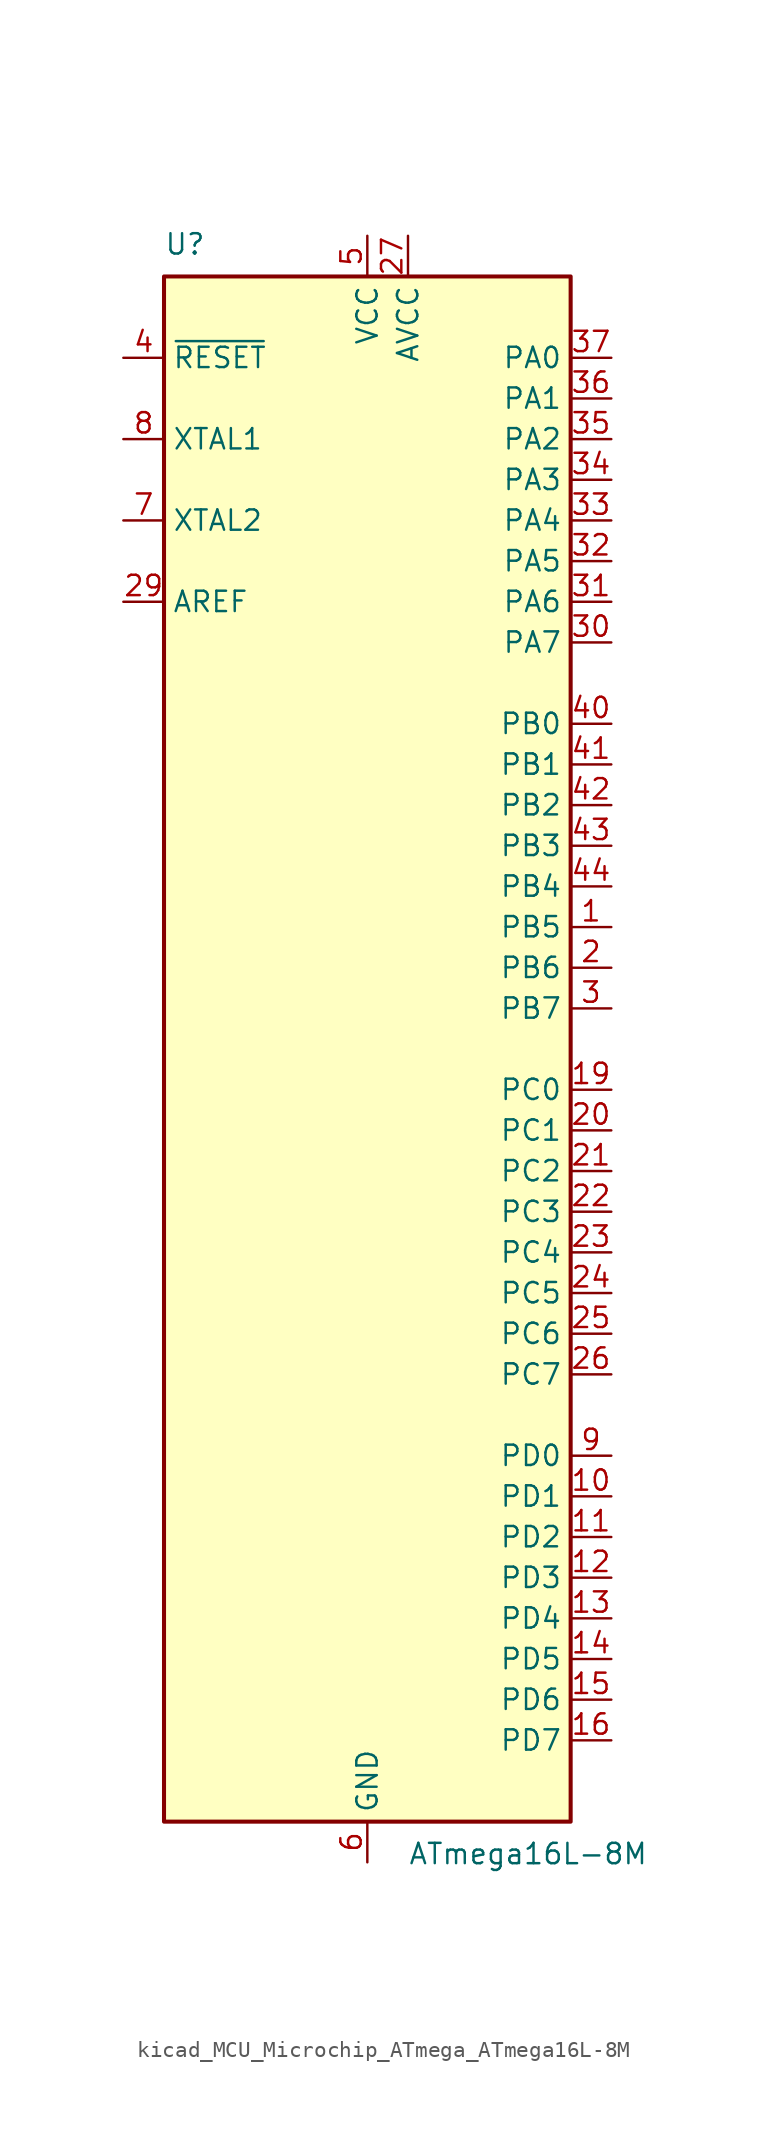
<source format=kicad_sym>
(kicad_symbol_lib
  (version 20220914)
  (generator kicad_symbol_editor)
  (symbol "kicad_MCU_Microchip_ATmega_ATmega16L-8M"
    (property "Reference" "U"
      (at -12.7 49.53 0)
      (effects (font (size 1.27 1.27)) (justify left bottom)))
    (property "Value" "ATmega16L-8M"
      (at 2.54 -49.53 0)
      (effects (font (size 1.27 1.27)) (justify left top)))
    (symbol "kicad_MCU_Microchip_ATmega_ATmega16L-8M_0_1"
      (rectangle (start -12.7 -48.26) (end 12.7 48.26) (stroke (width 0.254) (type default)) (fill (type background))))
    (symbol "kicad_MCU_Microchip_ATmega_ATmega16L-8M_1_1"
      (pin bidirectional line (at 15.24 7.62 180) (length 2.54) (name "PB5" (effects (font (size 1.27 1.27)))) (number "1" (effects (font (size 1.27 1.27)))))
      (pin bidirectional line (at 15.24 -27.94 180) (length 2.54) (name "PD1" (effects (font (size 1.27 1.27)))) (number "10" (effects (font (size 1.27 1.27)))))
      (pin bidirectional line (at 15.24 -30.48 180) (length 2.54) (name "PD2" (effects (font (size 1.27 1.27)))) (number "11" (effects (font (size 1.27 1.27)))))
      (pin bidirectional line (at 15.24 -33.02 180) (length 2.54) (name "PD3" (effects (font (size 1.27 1.27)))) (number "12" (effects (font (size 1.27 1.27)))))
      (pin bidirectional line (at 15.24 -35.56 180) (length 2.54) (name "PD4" (effects (font (size 1.27 1.27)))) (number "13" (effects (font (size 1.27 1.27)))))
      (pin bidirectional line (at 15.24 -38.1 180) (length 2.54) (name "PD5" (effects (font (size 1.27 1.27)))) (number "14" (effects (font (size 1.27 1.27)))))
      (pin bidirectional line (at 15.24 -40.64 180) (length 2.54) (name "PD6" (effects (font (size 1.27 1.27)))) (number "15" (effects (font (size 1.27 1.27)))))
      (pin bidirectional line (at 15.24 -43.18 180) (length 2.54) (name "PD7" (effects (font (size 1.27 1.27)))) (number "16" (effects (font (size 1.27 1.27)))))
      (pin passive line (at 0 50.8 270) (length 2.54) hide (name "VCC" (effects (font (size 1.27 1.27)))) (number "17" (effects (font (size 1.27 1.27)))))
      (pin passive line (at 0 -50.8 90) (length 2.54) hide (name "GND" (effects (font (size 1.27 1.27)))) (number "18" (effects (font (size 1.27 1.27)))))
      (pin bidirectional line (at 15.24 -2.54 180) (length 2.54) (name "PC0" (effects (font (size 1.27 1.27)))) (number "19" (effects (font (size 1.27 1.27)))))
      (pin bidirectional line (at 15.24 5.08 180) (length 2.54) (name "PB6" (effects (font (size 1.27 1.27)))) (number "2" (effects (font (size 1.27 1.27)))))
      (pin bidirectional line (at 15.24 -5.08 180) (length 2.54) (name "PC1" (effects (font (size 1.27 1.27)))) (number "20" (effects (font (size 1.27 1.27)))))
      (pin bidirectional line (at 15.24 -7.62 180) (length 2.54) (name "PC2" (effects (font (size 1.27 1.27)))) (number "21" (effects (font (size 1.27 1.27)))))
      (pin bidirectional line (at 15.24 -10.16 180) (length 2.54) (name "PC3" (effects (font (size 1.27 1.27)))) (number "22" (effects (font (size 1.27 1.27)))))
      (pin bidirectional line (at 15.24 -12.7 180) (length 2.54) (name "PC4" (effects (font (size 1.27 1.27)))) (number "23" (effects (font (size 1.27 1.27)))))
      (pin bidirectional line (at 15.24 -15.24 180) (length 2.54) (name "PC5" (effects (font (size 1.27 1.27)))) (number "24" (effects (font (size 1.27 1.27)))))
      (pin bidirectional line (at 15.24 -17.78 180) (length 2.54) (name "PC6" (effects (font (size 1.27 1.27)))) (number "25" (effects (font (size 1.27 1.27)))))
      (pin bidirectional line (at 15.24 -20.32 180) (length 2.54) (name "PC7" (effects (font (size 1.27 1.27)))) (number "26" (effects (font (size 1.27 1.27)))))
      (pin power_in line (at 2.54 50.8 270) (length 2.54) (name "AVCC" (effects (font (size 1.27 1.27)))) (number "27" (effects (font (size 1.27 1.27)))))
      (pin passive line (at 0 -50.8 90) (length 2.54) hide (name "GND" (effects (font (size 1.27 1.27)))) (number "28" (effects (font (size 1.27 1.27)))))
      (pin passive line (at -15.24 27.94 0) (length 2.54) (name "AREF" (effects (font (size 1.27 1.27)))) (number "29" (effects (font (size 1.27 1.27)))))
      (pin bidirectional line (at 15.24 2.54 180) (length 2.54) (name "PB7" (effects (font (size 1.27 1.27)))) (number "3" (effects (font (size 1.27 1.27)))))
      (pin bidirectional line (at 15.24 25.4 180) (length 2.54) (name "PA7" (effects (font (size 1.27 1.27)))) (number "30" (effects (font (size 1.27 1.27)))))
      (pin bidirectional line (at 15.24 27.94 180) (length 2.54) (name "PA6" (effects (font (size 1.27 1.27)))) (number "31" (effects (font (size 1.27 1.27)))))
      (pin bidirectional line (at 15.24 30.48 180) (length 2.54) (name "PA5" (effects (font (size 1.27 1.27)))) (number "32" (effects (font (size 1.27 1.27)))))
      (pin bidirectional line (at 15.24 33.02 180) (length 2.54) (name "PA4" (effects (font (size 1.27 1.27)))) (number "33" (effects (font (size 1.27 1.27)))))
      (pin bidirectional line (at 15.24 35.56 180) (length 2.54) (name "PA3" (effects (font (size 1.27 1.27)))) (number "34" (effects (font (size 1.27 1.27)))))
      (pin bidirectional line (at 15.24 38.1 180) (length 2.54) (name "PA2" (effects (font (size 1.27 1.27)))) (number "35" (effects (font (size 1.27 1.27)))))
      (pin bidirectional line (at 15.24 40.64 180) (length 2.54) (name "PA1" (effects (font (size 1.27 1.27)))) (number "36" (effects (font (size 1.27 1.27)))))
      (pin bidirectional line (at 15.24 43.18 180) (length 2.54) (name "PA0" (effects (font (size 1.27 1.27)))) (number "37" (effects (font (size 1.27 1.27)))))
      (pin passive line (at 0 50.8 270) (length 2.54) hide (name "VCC" (effects (font (size 1.27 1.27)))) (number "38" (effects (font (size 1.27 1.27)))))
      (pin passive line (at 0 -50.8 90) (length 2.54) hide (name "GND" (effects (font (size 1.27 1.27)))) (number "39" (effects (font (size 1.27 1.27)))))
      (pin input line (at -15.24 43.18 0) (length 2.54) (name "~{RESET}" (effects (font (size 1.27 1.27)))) (number "4" (effects (font (size 1.27 1.27)))))
      (pin bidirectional line (at 15.24 20.32 180) (length 2.54) (name "PB0" (effects (font (size 1.27 1.27)))) (number "40" (effects (font (size 1.27 1.27)))))
      (pin bidirectional line (at 15.24 17.78 180) (length 2.54) (name "PB1" (effects (font (size 1.27 1.27)))) (number "41" (effects (font (size 1.27 1.27)))))
      (pin bidirectional line (at 15.24 15.24 180) (length 2.54) (name "PB2" (effects (font (size 1.27 1.27)))) (number "42" (effects (font (size 1.27 1.27)))))
      (pin bidirectional line (at 15.24 12.7 180) (length 2.54) (name "PB3" (effects (font (size 1.27 1.27)))) (number "43" (effects (font (size 1.27 1.27)))))
      (pin bidirectional line (at 15.24 10.16 180) (length 2.54) (name "PB4" (effects (font (size 1.27 1.27)))) (number "44" (effects (font (size 1.27 1.27)))))
      (pin passive line (at 0 -50.8 90) (length 2.54) hide (name "GND" (effects (font (size 1.27 1.27)))) (number "45" (effects (font (size 1.27 1.27)))))
      (pin power_in line (at 0 50.8 270) (length 2.54) (name "VCC" (effects (font (size 1.27 1.27)))) (number "5" (effects (font (size 1.27 1.27)))))
      (pin power_in line (at 0 -50.8 90) (length 2.54) (name "GND" (effects (font (size 1.27 1.27)))) (number "6" (effects (font (size 1.27 1.27)))))
      (pin output line (at -15.24 33.02 0) (length 2.54) (name "XTAL2" (effects (font (size 1.27 1.27)))) (number "7" (effects (font (size 1.27 1.27)))))
      (pin input line (at -15.24 38.1 0) (length 2.54) (name "XTAL1" (effects (font (size 1.27 1.27)))) (number "8" (effects (font (size 1.27 1.27)))))
      (pin bidirectional line (at 15.24 -25.4 180) (length 2.54) (name "PD0" (effects (font (size 1.27 1.27)))) (number "9" (effects (font (size 1.27 1.27))))))))
</source>
